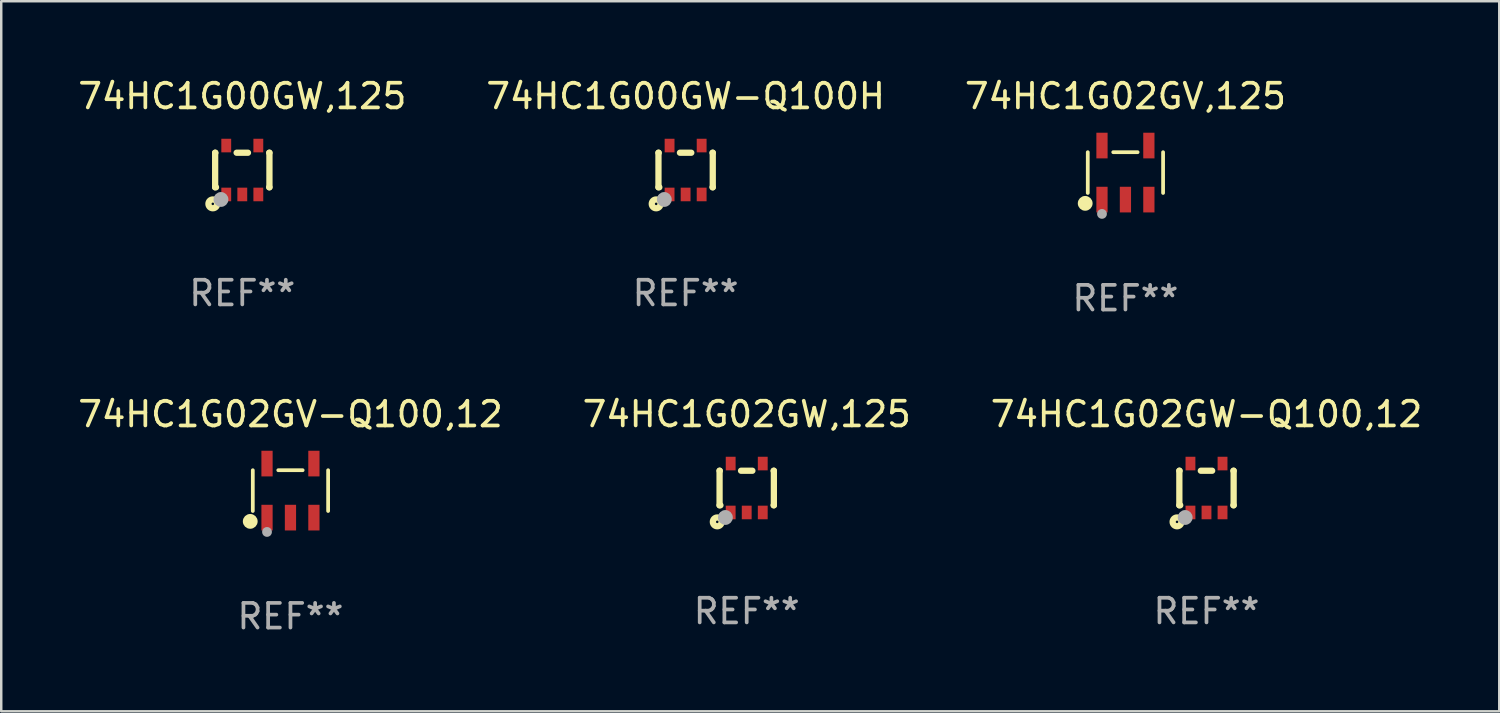
<source format=kicad_pcb>
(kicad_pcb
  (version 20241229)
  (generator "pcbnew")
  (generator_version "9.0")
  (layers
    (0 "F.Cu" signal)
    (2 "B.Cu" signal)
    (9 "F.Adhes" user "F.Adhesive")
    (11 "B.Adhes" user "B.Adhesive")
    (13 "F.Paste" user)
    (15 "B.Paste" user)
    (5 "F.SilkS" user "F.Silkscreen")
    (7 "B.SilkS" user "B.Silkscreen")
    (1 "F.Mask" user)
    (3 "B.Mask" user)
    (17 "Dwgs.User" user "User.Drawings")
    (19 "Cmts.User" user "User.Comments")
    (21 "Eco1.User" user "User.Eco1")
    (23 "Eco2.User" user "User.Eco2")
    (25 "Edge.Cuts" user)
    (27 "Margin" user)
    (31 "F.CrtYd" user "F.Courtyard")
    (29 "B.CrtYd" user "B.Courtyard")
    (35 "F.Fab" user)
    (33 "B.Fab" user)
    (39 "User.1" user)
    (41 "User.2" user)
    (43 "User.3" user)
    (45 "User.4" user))
  (footprint "74HC1G00GW-Q100H"
    (layer "F.Cu")
    (at 24.732 3.839)
    (property "Reference" "74HC1G00GW-Q100H" (at 0 -2.991 0) (layer "F.SilkS") (effects (font (size 1 1) (thickness 0.15))))
    (attr through_hole)
    (fp_line (start -1.1 -0.7) (end -1.1 0.7) (stroke (width 0.254) (type solid)) (layer "F.SilkS"))
    (fp_line (start -1.1 -0.7) (end -1.09 -0.7) (stroke (width 0.254) (type solid)) (layer "F.SilkS"))
    (fp_line (start -1.1 0.7) (end -1.065 0.7) (stroke (width 0.254) (type solid)) (layer "F.SilkS"))
    (fp_line (start -0.23 -0.7) (end 0.23 -0.7) (stroke (width 0.254) (type solid)) (layer "F.SilkS"))
    (fp_line (start 1.09 -0.7) (end 1.1 -0.7) (stroke (width 0.254) (type solid)) (layer "F.SilkS"))
    (fp_line (start 1.09 0.7) (end 1.1 0.7) (stroke (width 0.254) (type solid)) (layer "F.SilkS"))
    (fp_line (start 1.1 -0.7) (end 1.1 0.7) (stroke (width 0.254) (type solid)) (layer "F.SilkS"))
    (fp_circle (center -1.194 1.372) (end -1.143 1.372) (stroke (width 0.254) (type solid)) (fill no) (layer "F.SilkS"))
    (fp_circle (center -1.05 1.063) (end -1.02 1.063) (stroke (width 0.06) (type solid)) (fill no) (layer "F.SilkS"))
    (fp_circle (center -0.864 1.194) (end -0.713 1.194) (stroke (width 0.3) (type solid)) (fill no) (layer "F.Fab"))
    (fp_text user "REF**" (at 0 4.991 0) (layer "F.Fab") (effects (font (size 1 1) (thickness 0.15))))
    (pad "1" smd rect (at -0.65 0.991 180) (size 0.399 0.551) (layers "F.Cu" "F.Mask" "F.Paste"))
    (pad "2" smd rect (at 0 0.991 180) (size 0.399 0.551) (layers "F.Cu" "F.Mask" "F.Paste"))
    (pad "3" smd rect (at 0.65 0.991 180) (size 0.399 0.551) (layers "F.Cu" "F.Mask" "F.Paste"))
    (pad "4" smd rect (at 0.65 -0.991 180) (size 0.399 0.551) (layers "F.Cu" "F.Mask" "F.Paste"))
    (pad "5" smd rect (at -0.65 -0.991 180) (size 0.399 0.551) (layers "F.Cu" "F.Mask" "F.Paste")))
  (footprint "74HC1G02GV-Q100,12"
    (layer "F.Cu")
    (at 8.72 16.83)
    (property "Reference" "74HC1G02GV-Q100,12" (at 0 -3.095 0) (layer "F.SilkS") (effects (font (size 1 1) (thickness 0.15))))
    (attr through_hole)
    (fp_line (start -1.526 0.826) (end -1.526 -0.826) (stroke (width 0.152) (type solid)) (layer "F.SilkS"))
    (fp_line (start 0.494 -0.826) (end -0.494 -0.826) (stroke (width 0.152) (type solid)) (layer "F.SilkS"))
    (fp_line (start 1.526 0.826) (end 1.526 -0.826) (stroke (width 0.152) (type solid)) (layer "F.SilkS"))
    (fp_circle (center -1.63 1.247) (end -1.48 1.247) (stroke (width 0.3) (type solid)) (fill no) (layer "F.SilkS"))
    (fp_circle (center -1.45 1.375) (end -1.42 1.375) (stroke (width 0.06) (type solid)) (fill no) (layer "F.SilkS"))
    (fp_circle (center -0.95 1.675) (end -0.85 1.675) (stroke (width 0.2) (type solid)) (fill no) (layer "F.Fab"))
    (fp_text user "REF**" (at 0 5.095 0) (layer "F.Fab") (effects (font (size 1 1) (thickness 0.15))))
    (pad "1" smd rect (at -0.95 1.095) (size 0.455 1.04) (layers "F.Cu" "F.Mask" "F.Paste"))
    (pad "2" smd rect (at 0 1.095) (size 0.455 1.04) (layers "F.Cu" "F.Mask" "F.Paste"))
    (pad "3" smd rect (at 0.95 1.095) (size 0.455 1.04) (layers "F.Cu" "F.Mask" "F.Paste"))
    (pad "4" smd rect (at 0.95 -1.095) (size 0.455 1.04) (layers "F.Cu" "F.Mask" "F.Paste"))
    (pad "5" smd rect (at -0.95 -1.095) (size 0.455 1.04) (layers "F.Cu" "F.Mask" "F.Paste")))
  (footprint "74HC1G02GW,125"
    (layer "F.Cu")
    (at 27.208 16.725)
    (property "Reference" "74HC1G02GW,125" (at 0 -2.991 0) (layer "F.SilkS") (effects (font (size 1 1) (thickness 0.15))))
    (attr through_hole)
    (fp_line (start -1.1 -0.7) (end -1.1 0.7) (stroke (width 0.254) (type solid)) (layer "F.SilkS"))
    (fp_line (start -1.1 -0.7) (end -1.09 -0.7) (stroke (width 0.254) (type solid)) (layer "F.SilkS"))
    (fp_line (start -1.1 0.7) (end -1.065 0.7) (stroke (width 0.254) (type solid)) (layer "F.SilkS"))
    (fp_line (start -0.23 -0.7) (end 0.23 -0.7) (stroke (width 0.254) (type solid)) (layer "F.SilkS"))
    (fp_line (start 1.09 -0.7) (end 1.1 -0.7) (stroke (width 0.254) (type solid)) (layer "F.SilkS"))
    (fp_line (start 1.09 0.7) (end 1.1 0.7) (stroke (width 0.254) (type solid)) (layer "F.SilkS"))
    (fp_line (start 1.1 -0.7) (end 1.1 0.7) (stroke (width 0.254) (type solid)) (layer "F.SilkS"))
    (fp_circle (center -1.194 1.372) (end -1.143 1.372) (stroke (width 0.254) (type solid)) (fill no) (layer "F.SilkS"))
    (fp_circle (center -1.05 1.063) (end -1.02 1.063) (stroke (width 0.06) (type solid)) (fill no) (layer "F.SilkS"))
    (fp_circle (center -0.864 1.194) (end -0.713 1.194) (stroke (width 0.3) (type solid)) (fill no) (layer "F.Fab"))
    (fp_text user "REF**" (at 0 4.991 0) (layer "F.Fab") (effects (font (size 1 1) (thickness 0.15))))
    (pad "1" smd rect (at -0.65 0.991 180) (size 0.399 0.551) (layers "F.Cu" "F.Mask" "F.Paste"))
    (pad "2" smd rect (at 0 0.991 180) (size 0.399 0.551) (layers "F.Cu" "F.Mask" "F.Paste"))
    (pad "3" smd rect (at 0.65 0.991 180) (size 0.399 0.551) (layers "F.Cu" "F.Mask" "F.Paste"))
    (pad "4" smd rect (at 0.65 -0.991 180) (size 0.399 0.551) (layers "F.Cu" "F.Mask" "F.Paste"))
    (pad "5" smd rect (at -0.65 -0.991 180) (size 0.399 0.551) (layers "F.Cu" "F.Mask" "F.Paste")))
  (footprint "74HC1G02GV,125"
    (layer "F.Cu")
    (at 42.554 3.943)
    (property "Reference" "74HC1G02GV,125" (at 0 -3.095 0) (layer "F.SilkS") (effects (font (size 1 1) (thickness 0.15))))
    (attr through_hole)
    (fp_line (start -1.526 0.826) (end -1.526 -0.826) (stroke (width 0.152) (type solid)) (layer "F.SilkS"))
    (fp_line (start 0.494 -0.826) (end -0.494 -0.826) (stroke (width 0.152) (type solid)) (layer "F.SilkS"))
    (fp_line (start 1.526 0.826) (end 1.526 -0.826) (stroke (width 0.152) (type solid)) (layer "F.SilkS"))
    (fp_circle (center -1.63 1.247) (end -1.48 1.247) (stroke (width 0.3) (type solid)) (fill no) (layer "F.SilkS"))
    (fp_circle (center -1.45 1.375) (end -1.42 1.375) (stroke (width 0.06) (type solid)) (fill no) (layer "F.SilkS"))
    (fp_circle (center -0.95 1.675) (end -0.85 1.675) (stroke (width 0.2) (type solid)) (fill no) (layer "F.Fab"))
    (fp_text user "REF**" (at 0 5.095 0) (layer "F.Fab") (effects (font (size 1 1) (thickness 0.15))))
    (pad "1" smd rect (at -0.95 1.095) (size 0.455 1.04) (layers "F.Cu" "F.Mask" "F.Paste"))
    (pad "2" smd rect (at 0 1.095) (size 0.455 1.04) (layers "F.Cu" "F.Mask" "F.Paste"))
    (pad "3" smd rect (at 0.95 1.095) (size 0.455 1.04) (layers "F.Cu" "F.Mask" "F.Paste"))
    (pad "4" smd rect (at 0.95 -1.095) (size 0.455 1.04) (layers "F.Cu" "F.Mask" "F.Paste"))
    (pad "5" smd rect (at -0.95 -1.095) (size 0.455 1.04) (layers "F.Cu" "F.Mask" "F.Paste")))
  (footprint "74HC1G02GW-Q100,12"
    (layer "F.Cu")
    (at 45.839 16.725)
    (property "Reference" "74HC1G02GW-Q100,12" (at 0 -2.991 0) (layer "F.SilkS") (effects (font (size 1 1) (thickness 0.15))))
    (attr through_hole)
    (fp_line (start -1.1 -0.7) (end -1.1 0.7) (stroke (width 0.254) (type solid)) (layer "F.SilkS"))
    (fp_line (start -1.1 -0.7) (end -1.09 -0.7) (stroke (width 0.254) (type solid)) (layer "F.SilkS"))
    (fp_line (start -1.1 0.7) (end -1.065 0.7) (stroke (width 0.254) (type solid)) (layer "F.SilkS"))
    (fp_line (start -0.23 -0.7) (end 0.23 -0.7) (stroke (width 0.254) (type solid)) (layer "F.SilkS"))
    (fp_line (start 1.09 -0.7) (end 1.1 -0.7) (stroke (width 0.254) (type solid)) (layer "F.SilkS"))
    (fp_line (start 1.09 0.7) (end 1.1 0.7) (stroke (width 0.254) (type solid)) (layer "F.SilkS"))
    (fp_line (start 1.1 -0.7) (end 1.1 0.7) (stroke (width 0.254) (type solid)) (layer "F.SilkS"))
    (fp_circle (center -1.194 1.372) (end -1.143 1.372) (stroke (width 0.254) (type solid)) (fill no) (layer "F.SilkS"))
    (fp_circle (center -1.05 1.063) (end -1.02 1.063) (stroke (width 0.06) (type solid)) (fill no) (layer "F.SilkS"))
    (fp_circle (center -0.864 1.194) (end -0.713 1.194) (stroke (width 0.3) (type solid)) (fill no) (layer "F.Fab"))
    (fp_text user "REF**" (at 0 4.991 0) (layer "F.Fab") (effects (font (size 1 1) (thickness 0.15))))
    (pad "1" smd rect (at -0.65 0.991 180) (size 0.399 0.551) (layers "F.Cu" "F.Mask" "F.Paste"))
    (pad "2" smd rect (at 0 0.991 180) (size 0.399 0.551) (layers "F.Cu" "F.Mask" "F.Paste"))
    (pad "3" smd rect (at 0.65 0.991 180) (size 0.399 0.551) (layers "F.Cu" "F.Mask" "F.Paste"))
    (pad "4" smd rect (at 0.65 -0.991 180) (size 0.399 0.551) (layers "F.Cu" "F.Mask" "F.Paste"))
    (pad "5" smd rect (at -0.65 -0.991 180) (size 0.399 0.551) (layers "F.Cu" "F.Mask" "F.Paste")))
  (footprint "74HC1G00GW,125"
    (layer "F.Cu")
    (at 6.768 3.839)
    (property "Reference" "74HC1G00GW,125" (at 0 -2.991 0) (layer "F.SilkS") (effects (font (size 1 1) (thickness 0.15))))
    (attr through_hole)
    (fp_line (start -1.1 -0.7) (end -1.1 0.7) (stroke (width 0.254) (type solid)) (layer "F.SilkS"))
    (fp_line (start -1.1 -0.7) (end -1.09 -0.7) (stroke (width 0.254) (type solid)) (layer "F.SilkS"))
    (fp_line (start -1.1 0.7) (end -1.065 0.7) (stroke (width 0.254) (type solid)) (layer "F.SilkS"))
    (fp_line (start -0.23 -0.7) (end 0.23 -0.7) (stroke (width 0.254) (type solid)) (layer "F.SilkS"))
    (fp_line (start 1.09 -0.7) (end 1.1 -0.7) (stroke (width 0.254) (type solid)) (layer "F.SilkS"))
    (fp_line (start 1.09 0.7) (end 1.1 0.7) (stroke (width 0.254) (type solid)) (layer "F.SilkS"))
    (fp_line (start 1.1 -0.7) (end 1.1 0.7) (stroke (width 0.254) (type solid)) (layer "F.SilkS"))
    (fp_circle (center -1.194 1.372) (end -1.143 1.372) (stroke (width 0.254) (type solid)) (fill no) (layer "F.SilkS"))
    (fp_circle (center -1.05 1.063) (end -1.02 1.063) (stroke (width 0.06) (type solid)) (fill no) (layer "F.SilkS"))
    (fp_circle (center -0.864 1.194) (end -0.713 1.194) (stroke (width 0.3) (type solid)) (fill no) (layer "F.Fab"))
    (fp_text user "REF**" (at 0 4.991 0) (layer "F.Fab") (effects (font (size 1 1) (thickness 0.15))))
    (pad "1" smd rect (at -0.65 0.991 180) (size 0.399 0.551) (layers "F.Cu" "F.Mask" "F.Paste"))
    (pad "2" smd rect (at 0 0.991 180) (size 0.399 0.551) (layers "F.Cu" "F.Mask" "F.Paste"))
    (pad "3" smd rect (at 0.65 0.991 180) (size 0.399 0.551) (layers "F.Cu" "F.Mask" "F.Paste"))
    (pad "4" smd rect (at 0.65 -0.991 180) (size 0.399 0.551) (layers "F.Cu" "F.Mask" "F.Paste"))
    (pad "5" smd rect (at -0.65 -0.991 180) (size 0.399 0.551) (layers "F.Cu" "F.Mask" "F.Paste")))
  (gr_rect
    (start -3 -3)
    (end 57.702 25.773)
    (stroke (width 0.1) (type default))
    (fill no)
    (layer "Edge.Cuts")))
</source>
